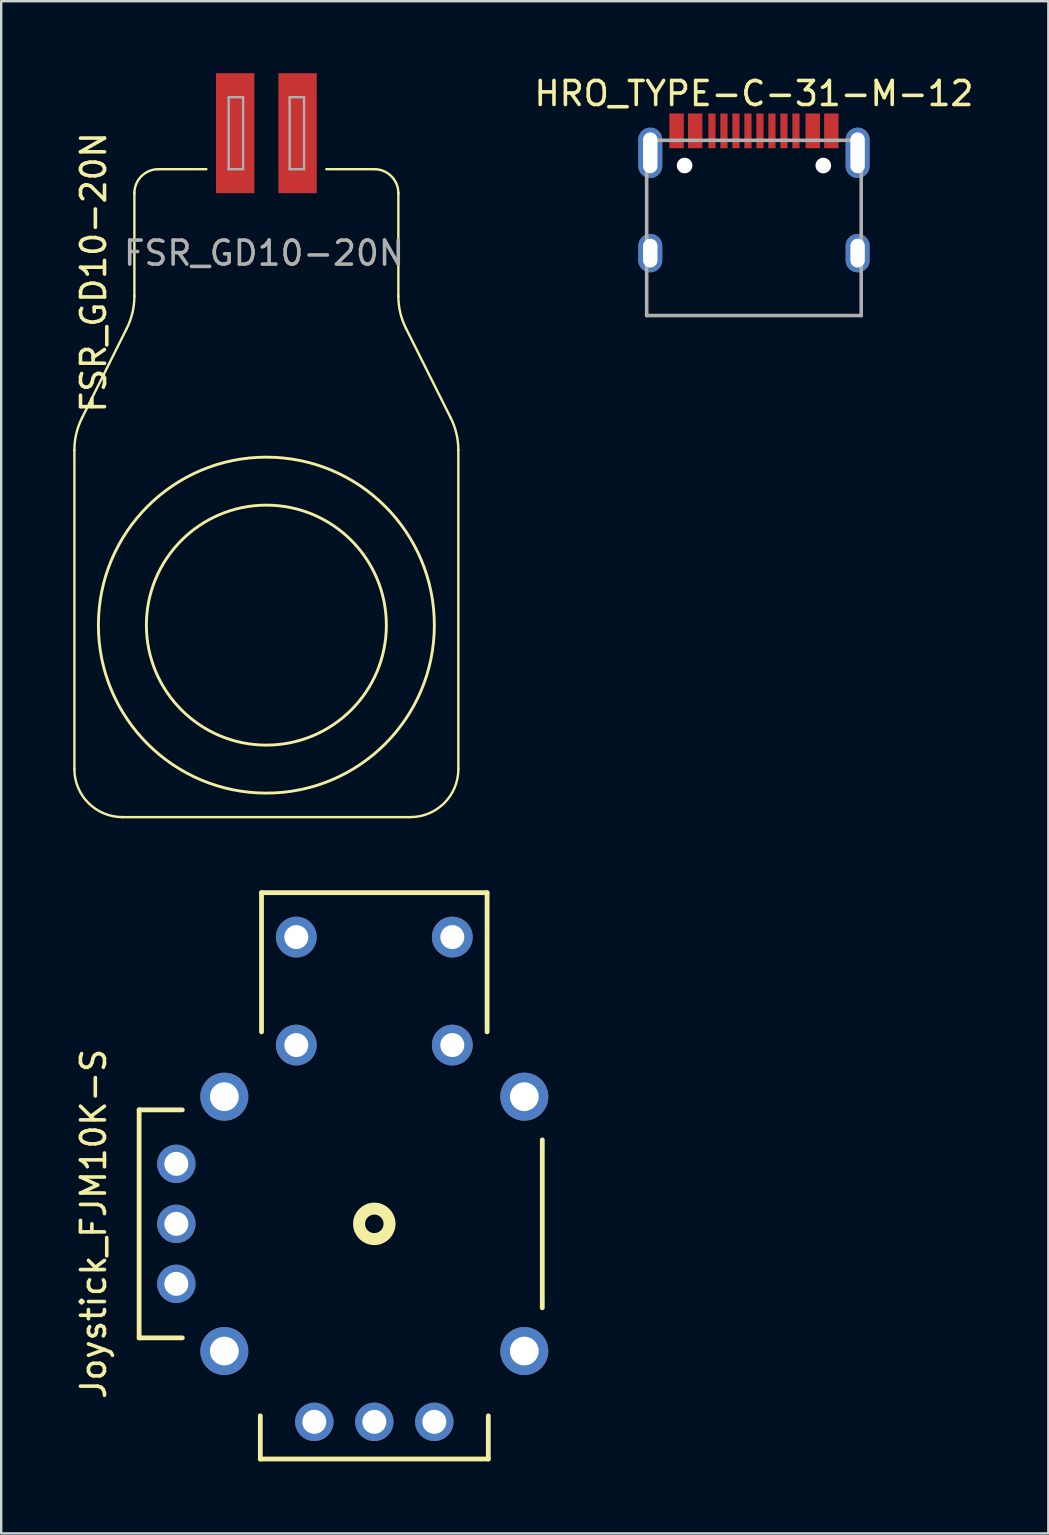
<source format=kicad_pcb>
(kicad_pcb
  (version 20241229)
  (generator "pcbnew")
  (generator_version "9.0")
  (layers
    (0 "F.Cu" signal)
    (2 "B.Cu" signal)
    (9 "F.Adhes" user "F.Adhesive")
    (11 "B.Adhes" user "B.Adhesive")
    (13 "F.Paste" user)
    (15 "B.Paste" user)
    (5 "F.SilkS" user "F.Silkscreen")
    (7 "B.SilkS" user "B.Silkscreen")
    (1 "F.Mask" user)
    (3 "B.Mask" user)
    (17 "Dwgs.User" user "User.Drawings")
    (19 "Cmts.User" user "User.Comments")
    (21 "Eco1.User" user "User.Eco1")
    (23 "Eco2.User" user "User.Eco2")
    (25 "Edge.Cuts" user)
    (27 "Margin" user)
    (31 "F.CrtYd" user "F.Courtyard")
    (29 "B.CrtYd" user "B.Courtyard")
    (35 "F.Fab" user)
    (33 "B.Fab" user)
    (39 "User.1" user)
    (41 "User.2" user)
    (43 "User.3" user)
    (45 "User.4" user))
  (footprint "Joystick_FJM10K-S"
    (layer "F.Cu")
    (at 12.548 47.95)
    (property "Reference" "Joystick_FJM10K-S" (at -11.7 0 90) (layer "F.SilkS") (effects (font (size 1 1) (thickness 0.15))))
    (attr through_hole)
    (fp_line (start -9.8 -4.75) (end -9.8 4.75) (stroke (width 0.2) (type solid)) (layer "F.SilkS"))
    (fp_line (start -9.8 -4.75) (end -8 -4.75) (stroke (width 0.2) (type solid)) (layer "F.SilkS"))
    (fp_line (start -9.8 4.75) (end -8 4.75) (stroke (width 0.2) (type solid)) (layer "F.SilkS"))
    (fp_line (start -4.75 8) (end -4.75 9.8) (stroke (width 0.2) (type solid)) (layer "F.SilkS"))
    (fp_line (start -4.75 9.8) (end 4.75 9.8) (stroke (width 0.2) (type solid)) (layer "F.SilkS"))
    (fp_line (start -4.7 -13.8) (end -4.7 -8) (stroke (width 0.2) (type solid)) (layer "F.SilkS"))
    (fp_line (start 4.7 -13.8) (end -4.7 -13.8) (stroke (width 0.2) (type solid)) (layer "F.SilkS"))
    (fp_line (start 4.7 -13.8) (end 4.7 -8) (stroke (width 0.2) (type solid)) (layer "F.SilkS"))
    (fp_line (start 4.75 8) (end 4.75 9.8) (stroke (width 0.2) (type solid)) (layer "F.SilkS"))
    (fp_line (start 7 -3.5) (end 7 3.5) (stroke (width 0.2) (type solid)) (layer "F.SilkS"))
    (fp_circle (center 0 0) (end 0 -0.635) (stroke (width 0.5) (type solid)) (fill no) (layer "F.SilkS"))
    (pad "1" thru_hole circle (at -8.25 -2.5) (size 1.6 1.6) (drill 1) (layers "*.Cu" "*.Mask"))
    (pad "2" thru_hole circle (at -8.25 0) (size 1.6 1.6) (drill 1) (layers "*.Cu" "*.Mask"))
    (pad "3" thru_hole circle (at -8.25 2.5) (size 1.6 1.6) (drill 1) (layers "*.Cu" "*.Mask"))
    (pad "4" thru_hole circle (at -2.5 8.25) (size 1.6 1.6) (drill 1) (layers "*.Cu" "*.Mask"))
    (pad "5" thru_hole circle (at 0 8.25) (size 1.6 1.6) (drill 1) (layers "*.Cu" "*.Mask"))
    (pad "6" thru_hole circle (at 2.5 8.25) (size 1.6 1.6) (drill 1) (layers "*.Cu" "*.Mask"))
    (pad "7" thru_hole circle (at -3.25 -11.95) (size 1.7 1.7) (drill 1) (layers "*.Cu" "*.Mask"))
    (pad "7" thru_hole circle (at 3.25 -11.95) (size 1.7 1.7) (drill 1) (layers "*.Cu" "*.Mask"))
    (pad "8" thru_hole circle (at -3.25 -7.45) (size 1.7 1.7) (drill 1) (layers "*.Cu" "*.Mask"))
    (pad "8" thru_hole circle (at 3.25 -7.45) (size 1.7 1.7) (drill 1) (layers "*.Cu" "*.Mask"))
    (pad "9" thru_hole circle (at -6.25 -5.3) (size 2 2) (drill 1.2) (layers "*.Cu" "*.Mask"))
    (pad "9" thru_hole circle (at -6.25 5.3) (size 2 2) (drill 1.2) (layers "*.Cu" "*.Mask"))
    (pad "9" thru_hole circle (at 6.25 -5.3) (size 2 2) (drill 1.2) (layers "*.Cu" "*.Mask"))
    (pad "9" thru_hole circle (at 6.25 5.3) (size 2 2) (drill 1.2) (layers "*.Cu" "*.Mask")))
  (footprint "HRO_TYPE-C-31-M-12"
    (layer "F.Cu")
    (at 28.368 10.098)
    (property "Reference" "HRO_TYPE-C-31-M-12" (at 0 -9.25 0) (layer "F.SilkS") (effects (font (size 1 1) (thickness 0.15))))
    (attr smd)
    (fp_line (start -4.47 -7.3) (end 4.47 -7.3) (stroke (width 0.15) (type solid)) (layer "F.Fab"))
    (fp_line (start -4.47 0) (end -4.47 -7.3) (stroke (width 0.15) (type solid)) (layer "F.Fab"))
    (fp_line (start -4.47 0) (end 4.47 0) (stroke (width 0.15) (type solid)) (layer "F.Fab"))
    (fp_line (start 4.47 0) (end 4.47 -7.3) (stroke (width 0.15) (type solid)) (layer "F.Fab"))
    (pad "" np_thru_hole circle (at -2.89 -6.25) (size 0.65 0.65) (drill 0.65) (layers "*.Cu" "*.Mask"))
    (pad "" np_thru_hole circle (at 2.89 -6.25) (size 0.65 0.65) (drill 0.65) (layers "*.Cu" "*.Mask"))
    (pad "A1B12" smd rect (at -3.225 -7.695) (size 0.6 1.45) (layers "F.Cu" "F.Mask" "F.Paste"))
    (pad "A4B9" smd rect (at -2.45 -7.695) (size 0.6 1.45) (layers "F.Cu" "F.Mask" "F.Paste"))
    (pad "A5" smd rect (at -1.25 -7.695) (size 0.3 1.45) (layers "F.Cu" "F.Mask" "F.Paste"))
    (pad "A6" smd rect (at -0.25 -7.695) (size 0.3 1.45) (layers "F.Cu" "F.Mask" "F.Paste"))
    (pad "A7" smd rect (at 0.25 -7.695) (size 0.3 1.45) (layers "F.Cu" "F.Mask" "F.Paste"))
    (pad "A8" smd rect (at 1.25 -7.695) (size 0.3 1.45) (layers "F.Cu" "F.Mask" "F.Paste"))
    (pad "B1A12" smd rect (at 3.225 -7.695) (size 0.6 1.45) (layers "F.Cu" "F.Mask" "F.Paste"))
    (pad "B4A9" smd rect (at 2.45 -7.695) (size 0.6 1.45) (layers "F.Cu" "F.Mask" "F.Paste"))
    (pad "B5" smd rect (at 1.75 -7.695) (size 0.3 1.45) (layers "F.Cu" "F.Mask" "F.Paste"))
    (pad "B6" smd rect (at 0.75 -7.695) (size 0.3 1.45) (layers "F.Cu" "F.Mask" "F.Paste"))
    (pad "B7" smd rect (at -0.75 -7.695) (size 0.3 1.45) (layers "F.Cu" "F.Mask" "F.Paste"))
    (pad "B8" smd rect (at -1.75 -7.695) (size 0.3 1.45) (layers "F.Cu" "F.Mask" "F.Paste"))
    (pad "SH" thru_hole oval (at -4.32 -6.78) (size 1 2.1) (drill oval 0.6 1.7) (layers "*.Cu" "*.Mask"))
    (pad "SH" thru_hole oval (at -4.32 -2.6) (size 1 1.6) (drill oval 0.6 1.2) (layers "*.Cu" "*.Mask"))
    (pad "SH" thru_hole oval (at 4.32 -6.78) (size 1 2.1) (drill oval 0.6 1.7) (layers "*.Cu" "*.Mask"))
    (pad "SH" thru_hole oval (at 4.32 -2.6) (size 1 1.6) (drill oval 0.6 1.2) (layers "*.Cu" "*.Mask")))
  (footprint "FSR_GD10-20N"
    (layer "F.Cu")
    (at 8.05 23)
    (property "Reference" "FSR_GD10-20N" (at -7.2 -14.7 90) (layer "F.SilkS") (effects (font (size 1 1) (thickness 0.15))))
    (attr through_hole)
    (fp_line (start -8 -7.292) (end -8 6) (stroke (width 0.1) (type solid)) (layer "F.SilkS"))
    (fp_line (start -6 8) (end 6 8) (stroke (width 0.1) (type solid)) (layer "F.SilkS"))
    (fp_line (start -5.817 -12.367) (end -7.683 -8.633) (stroke (width 0.1) (type solid)) (layer "F.SilkS"))
    (fp_line (start -5.5 -18) (end -5.5 -13.708) (stroke (width 0.1) (type solid)) (layer "F.SilkS"))
    (fp_line (start -2.5 -19) (end -4.5 -19) (stroke (width 0.1) (type solid)) (layer "F.SilkS"))
    (fp_line (start 4.5 -19) (end 2.5 -19) (stroke (width 0.1) (type solid)) (layer "F.SilkS"))
    (fp_line (start 5.5 -13.708) (end 5.5 -18) (stroke (width 0.1) (type solid)) (layer "F.SilkS"))
    (fp_line (start 7.683 -8.633) (end 5.817 -12.367) (stroke (width 0.1) (type solid)) (layer "F.SilkS"))
    (fp_line (start 8 6) (end 8 -7.292) (stroke (width 0.1) (type solid)) (layer "F.SilkS"))
    (fp_arc (start -8 -7.289966) (mid -7.919958 -7.980164) (end -7.683282 -8.633437) (stroke (width 0.1) (type solid)) (layer "F.SilkS"))
    (fp_arc (start -6 8) (mid -7.414214 7.414214) (end -8 6) (stroke (width 0.1) (type solid)) (layer "F.SilkS"))
    (fp_arc (start -5.5 -18) (mid -5.207107 -18.707107) (end -4.5 -19) (stroke (width 0.1) (type solid)) (layer "F.SilkS"))
    (fp_arc (start -5.5 -13.710034) (mid -5.580042 -13.019836) (end -5.816718 -12.366563) (stroke (width 0.1) (type solid)) (layer "F.SilkS"))
    (fp_arc (start 4.5 -19) (mid 5.207107 -18.707107) (end 5.5 -18) (stroke (width 0.1) (type solid)) (layer "F.SilkS"))
    (fp_arc (start 5.817537 -12.364927) (mid 5.580463 -13.018055) (end 5.5 -13.708204) (stroke (width 0.1) (type solid)) (layer "F.SilkS"))
    (fp_arc (start 7.682463 -8.635073) (mid 7.919537 -7.981945) (end 8 -7.291796) (stroke (width 0.1) (type solid)) (layer "F.SilkS"))
    (fp_arc (start 8 6) (mid 7.414214 7.414214) (end 6 8) (stroke (width 0.1) (type solid)) (layer "F.SilkS"))
    (fp_circle (center 0 0) (end 5 0) (stroke (width 0.12) (type solid)) (fill no) (layer "F.SilkS"))
    (fp_circle (center 0 0) (end 7 0) (stroke (width 0.12) (type solid)) (fill no) (layer "F.SilkS"))
    (fp_line (start -1.57 -22) (end -1.57 -19) (stroke (width 0.1) (type solid)) (layer "F.Fab"))
    (fp_line (start -0.97 -22) (end -1.57 -22) (stroke (width 0.1) (type solid)) (layer "F.Fab"))
    (fp_line (start -0.97 -19) (end -1.57 -19) (stroke (width 0.1) (type solid)) (layer "F.Fab"))
    (fp_line (start -0.97 -19) (end -0.97 -22) (stroke (width 0.1) (type solid)) (layer "F.Fab"))
    (fp_line (start 0.97 -22) (end 0.97 -19) (stroke (width 0.1) (type solid)) (layer "F.Fab"))
    (fp_line (start 1.57 -22) (end 0.97 -22) (stroke (width 0.1) (type solid)) (layer "F.Fab"))
    (fp_line (start 1.57 -19) (end 0.97 -19) (stroke (width 0.1) (type solid)) (layer "F.Fab"))
    (fp_line (start 1.57 -19) (end 1.57 -22) (stroke (width 0.1) (type solid)) (layer "F.Fab"))
    (fp_text user "${REFERENCE}" (at -0.1 -15.5 0) (layer "F.Fab") (effects (font (size 1 1) (thickness 0.15))))
    (pad "1" smd rect (at -1.3 -20.5) (size 1.6 5) (layers "F.Cu" "F.Mask" "F.Paste"))
    (pad "2" smd rect (at 1.3 -20.5) (size 1.6 5) (layers "F.Cu" "F.Mask" "F.Paste")))
  (gr_rect
    (start -3 -3)
    (end 40.636 60.85)
    (stroke (width 0.1) (type default))
    (fill no)
    (layer "Edge.Cuts")))
</source>
